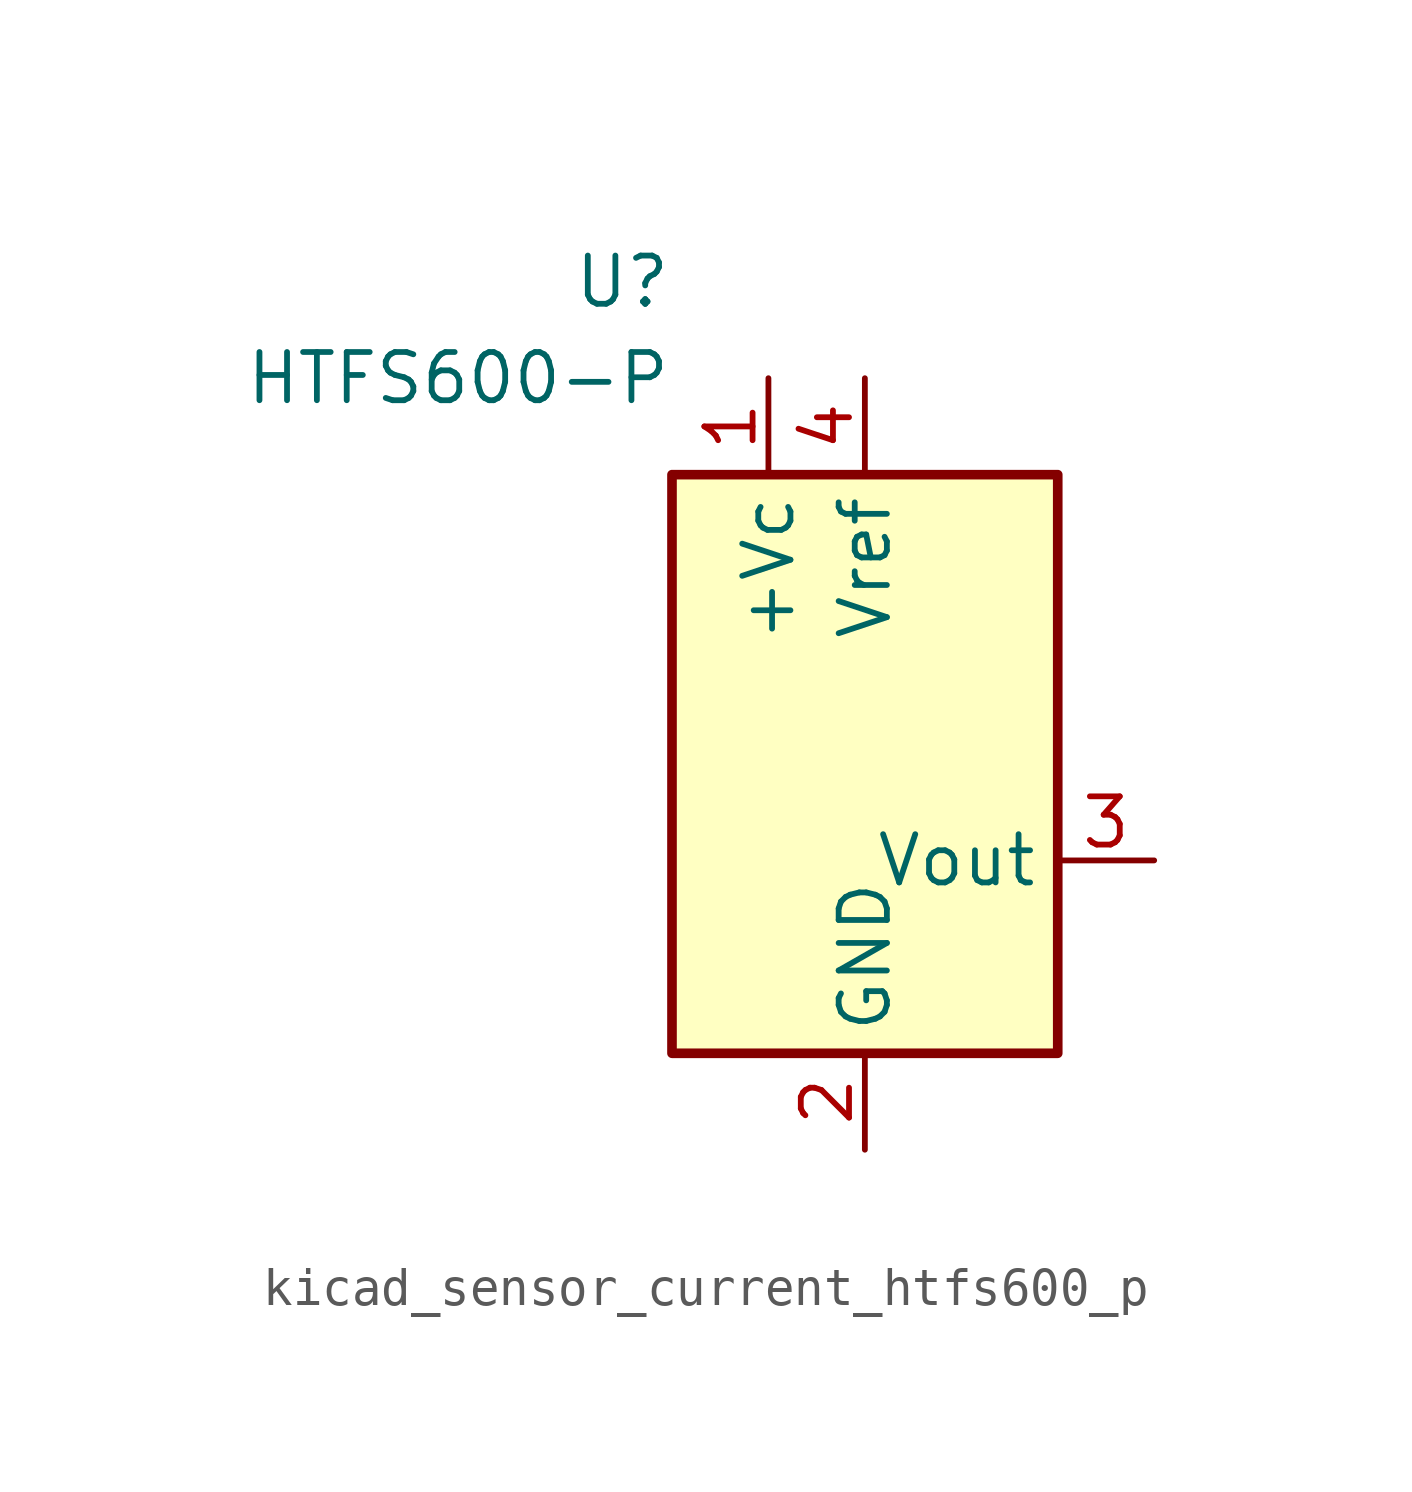
<source format=kicad_sym>
(kicad_symbol_lib
  (version 20220914)
  (generator kicad_symbol_editor)
  (symbol "kicad_sensor_current_htfs600_p"
    (property "Reference" "U"
      (at 0 12.7 0)
      (effects (font (size 1.27 1.27)) (justify right)))
    (property "Value" "HTFS600-P"
      (at 0 10.16 0)
      (effects (font (size 1.27 1.27)) (justify right)))
    (symbol "kicad_sensor_current_htfs600_p_0_1"
      (rectangle (start 0 7.62) (end 10.16 -7.62) (stroke (width 0.254) (type default)) (fill (type background))))
    (symbol "kicad_sensor_current_htfs600_p_1_1"
      (pin power_in line (at 2.54 10.16 270) (length 2.54) (name "+Vc" (effects (font (size 1.27 1.27)))) (number "1" (effects (font (size 1.27 1.27)))))
      (pin power_in line (at 5.08 -10.16 90) (length 2.54) (name "GND" (effects (font (size 1.27 1.27)))) (number "2" (effects (font (size 1.27 1.27)))))
      (pin output line (at 12.7 -2.54 180) (length 2.54) (name "Vout" (effects (font (size 1.27 1.27)))) (number "3" (effects (font (size 1.27 1.27)))))
      (pin passive line (at 5.08 10.16 270) (length 2.54) (name "Vref" (effects (font (size 1.27 1.27)))) (number "4" (effects (font (size 1.27 1.27))))))))
</source>
